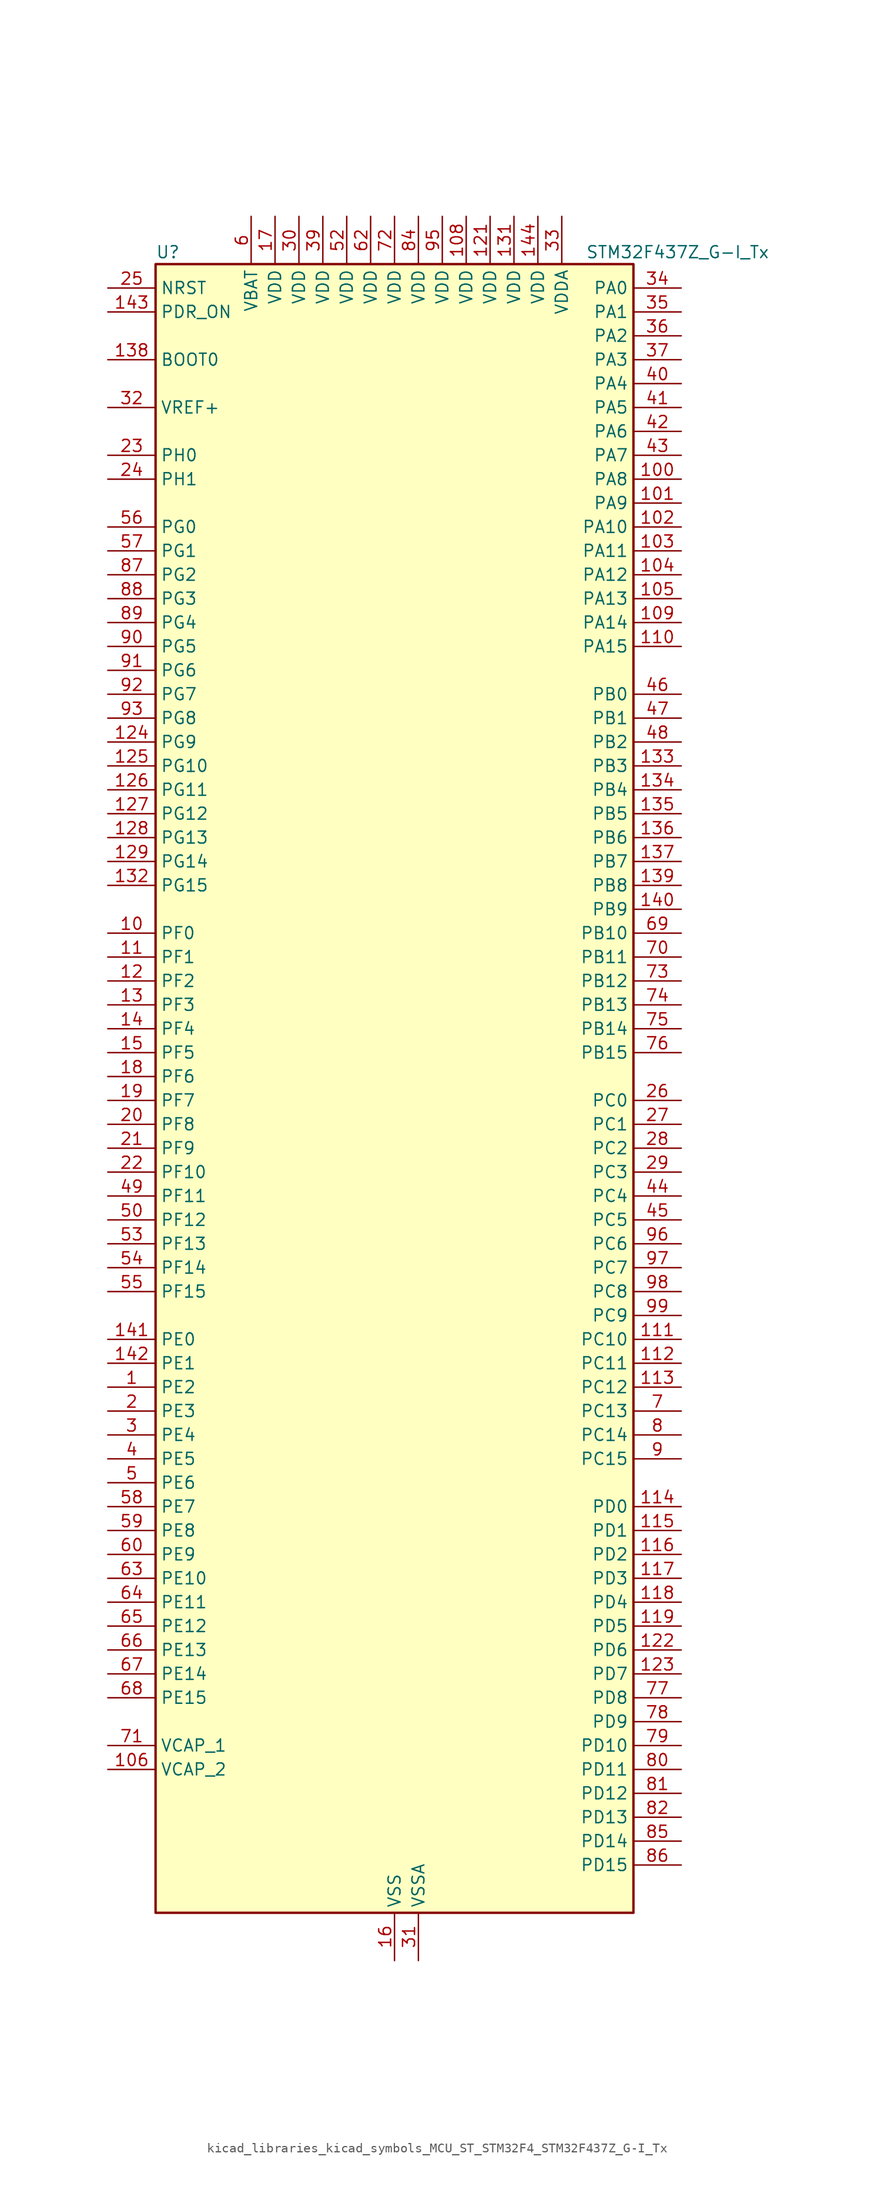
<source format=kicad_sym>
(kicad_symbol_lib
  (version 20220914)
  (generator kicad_symbol_editor)
  (symbol "kicad_libraries_kicad_symbols_MCU_ST_STM32F4_STM32F437Z_G-I_Tx"
    (property "Reference" "U"
      (at -25.4 90.17 0)
      (effects (font (size 1.27 1.27)) (justify left)))
    (property "Value" "STM32F437Z_G-I_Tx"
      (at 20.32 90.17 0)
      (effects (font (size 1.27 1.27)) (justify left)))
    (property "ki_locked" ""
      (at 0 0 0)
      (effects (font (size 1.27 1.27))))
    (symbol "kicad_libraries_kicad_symbols_MCU_ST_STM32F4_STM32F437Z_G-I_Tx_0_1"
      (rectangle (start -25.4 -86.36) (end 25.4 88.9) (stroke (width 0.254) (type default)) (fill (type background))))
    (symbol "kicad_libraries_kicad_symbols_MCU_ST_STM32F4_STM32F437Z_G-I_Tx_1_1"
      (pin bidirectional line (at -30.48 -30.48 0) (length 5.08) (name "PE2" (effects (font (size 1.27 1.27)))) (number "1" (effects (font (size 1.27 1.27)))) (alternate "ETH_TXD3" bidirectional line) (alternate "FMC_A23" bidirectional line) (alternate "SAI1_MCLK_A" bidirectional line) (alternate "SPI4_SCK" bidirectional line) (alternate "SYS_TRACECLK" bidirectional line))
      (pin bidirectional line (at -30.48 17.78 0) (length 5.08) (name "PF0" (effects (font (size 1.27 1.27)))) (number "10" (effects (font (size 1.27 1.27)))) (alternate "FMC_A0" bidirectional line) (alternate "I2C2_SDA" bidirectional line))
      (pin bidirectional line (at 30.48 66.04 180) (length 5.08) (name "PA8" (effects (font (size 1.27 1.27)))) (number "100" (effects (font (size 1.27 1.27)))) (alternate "I2C3_SCL" bidirectional line) (alternate "RCC_MCO_1" bidirectional line) (alternate "TIM1_CH1" bidirectional line) (alternate "USART1_CK" bidirectional line) (alternate "USB_OTG_FS_SOF" bidirectional line))
      (pin bidirectional line (at 30.48 63.5 180) (length 5.08) (name "PA9" (effects (font (size 1.27 1.27)))) (number "101" (effects (font (size 1.27 1.27)))) (alternate "DAC_EXTI9" bidirectional line) (alternate "DCMI_D0" bidirectional line) (alternate "I2C3_SMBA" bidirectional line) (alternate "TIM1_CH2" bidirectional line) (alternate "USART1_TX" bidirectional line) (alternate "USB_OTG_FS_VBUS" bidirectional line))
      (pin bidirectional line (at 30.48 60.96 180) (length 5.08) (name "PA10" (effects (font (size 1.27 1.27)))) (number "102" (effects (font (size 1.27 1.27)))) (alternate "DCMI_D1" bidirectional line) (alternate "TIM1_CH3" bidirectional line) (alternate "USART1_RX" bidirectional line) (alternate "USB_OTG_FS_ID" bidirectional line))
      (pin bidirectional line (at 30.48 58.42 180) (length 5.08) (name "PA11" (effects (font (size 1.27 1.27)))) (number "103" (effects (font (size 1.27 1.27)))) (alternate "ADC1_EXTI11" bidirectional line) (alternate "ADC2_EXTI11" bidirectional line) (alternate "ADC3_EXTI11" bidirectional line) (alternate "CAN1_RX" bidirectional line) (alternate "TIM1_CH4" bidirectional line) (alternate "USART1_CTS" bidirectional line) (alternate "USB_OTG_FS_DM" bidirectional line))
      (pin bidirectional line (at 30.48 55.88 180) (length 5.08) (name "PA12" (effects (font (size 1.27 1.27)))) (number "104" (effects (font (size 1.27 1.27)))) (alternate "CAN1_TX" bidirectional line) (alternate "TIM1_ETR" bidirectional line) (alternate "USART1_RTS" bidirectional line) (alternate "USB_OTG_FS_DP" bidirectional line))
      (pin bidirectional line (at 30.48 53.34 180) (length 5.08) (name "PA13" (effects (font (size 1.27 1.27)))) (number "105" (effects (font (size 1.27 1.27)))) (alternate "SYS_JTMS-SWDIO" bidirectional line))
      (pin power_out line (at -30.48 -71.12 0) (length 5.08) (name "VCAP_2" (effects (font (size 1.27 1.27)))) (number "106" (effects (font (size 1.27 1.27)))))
      (pin passive line (at 0 -91.44 90) (length 5.08) hide (name "VSS" (effects (font (size 1.27 1.27)))) (number "107" (effects (font (size 1.27 1.27)))))
      (pin power_in line (at 7.62 93.98 270) (length 5.08) (name "VDD" (effects (font (size 1.27 1.27)))) (number "108" (effects (font (size 1.27 1.27)))))
      (pin bidirectional line (at 30.48 50.8 180) (length 5.08) (name "PA14" (effects (font (size 1.27 1.27)))) (number "109" (effects (font (size 1.27 1.27)))) (alternate "SYS_JTCK-SWCLK" bidirectional line))
      (pin bidirectional line (at -30.48 15.24 0) (length 5.08) (name "PF1" (effects (font (size 1.27 1.27)))) (number "11" (effects (font (size 1.27 1.27)))) (alternate "FMC_A1" bidirectional line) (alternate "I2C2_SCL" bidirectional line))
      (pin bidirectional line (at 30.48 48.26 180) (length 5.08) (name "PA15" (effects (font (size 1.27 1.27)))) (number "110" (effects (font (size 1.27 1.27)))) (alternate "ADC1_EXTI15" bidirectional line) (alternate "ADC2_EXTI15" bidirectional line) (alternate "ADC3_EXTI15" bidirectional line) (alternate "I2S3_WS" bidirectional line) (alternate "SPI1_NSS" bidirectional line) (alternate "SPI3_NSS" bidirectional line) (alternate "SYS_JTDI" bidirectional line) (alternate "TIM2_CH1" bidirectional line) (alternate "TIM2_ETR" bidirectional line))
      (pin bidirectional line (at 30.48 -25.4 180) (length 5.08) (name "PC10" (effects (font (size 1.27 1.27)))) (number "111" (effects (font (size 1.27 1.27)))) (alternate "DCMI_D8" bidirectional line) (alternate "I2S3_CK" bidirectional line) (alternate "SDIO_D2" bidirectional line) (alternate "SPI3_SCK" bidirectional line) (alternate "UART4_TX" bidirectional line) (alternate "USART3_TX" bidirectional line))
      (pin bidirectional line (at 30.48 -27.94 180) (length 5.08) (name "PC11" (effects (font (size 1.27 1.27)))) (number "112" (effects (font (size 1.27 1.27)))) (alternate "ADC1_EXTI11" bidirectional line) (alternate "ADC2_EXTI11" bidirectional line) (alternate "ADC3_EXTI11" bidirectional line) (alternate "DCMI_D4" bidirectional line) (alternate "I2S3_ext_SD" bidirectional line) (alternate "SDIO_D3" bidirectional line) (alternate "SPI3_MISO" bidirectional line) (alternate "UART4_RX" bidirectional line) (alternate "USART3_RX" bidirectional line))
      (pin bidirectional line (at 30.48 -30.48 180) (length 5.08) (name "PC12" (effects (font (size 1.27 1.27)))) (number "113" (effects (font (size 1.27 1.27)))) (alternate "DCMI_D9" bidirectional line) (alternate "I2S3_SD" bidirectional line) (alternate "SDIO_CK" bidirectional line) (alternate "SPI3_MOSI" bidirectional line) (alternate "UART5_TX" bidirectional line) (alternate "USART3_CK" bidirectional line))
      (pin bidirectional line (at 30.48 -43.18 180) (length 5.08) (name "PD0" (effects (font (size 1.27 1.27)))) (number "114" (effects (font (size 1.27 1.27)))) (alternate "CAN1_RX" bidirectional line) (alternate "FMC_D2" bidirectional line) (alternate "FMC_DA2" bidirectional line))
      (pin bidirectional line (at 30.48 -45.72 180) (length 5.08) (name "PD1" (effects (font (size 1.27 1.27)))) (number "115" (effects (font (size 1.27 1.27)))) (alternate "CAN1_TX" bidirectional line) (alternate "FMC_D3" bidirectional line) (alternate "FMC_DA3" bidirectional line))
      (pin bidirectional line (at 30.48 -48.26 180) (length 5.08) (name "PD2" (effects (font (size 1.27 1.27)))) (number "116" (effects (font (size 1.27 1.27)))) (alternate "DCMI_D11" bidirectional line) (alternate "SDIO_CMD" bidirectional line) (alternate "TIM3_ETR" bidirectional line) (alternate "UART5_RX" bidirectional line))
      (pin bidirectional line (at 30.48 -50.8 180) (length 5.08) (name "PD3" (effects (font (size 1.27 1.27)))) (number "117" (effects (font (size 1.27 1.27)))) (alternate "DCMI_D5" bidirectional line) (alternate "FMC_CLK" bidirectional line) (alternate "I2S2_CK" bidirectional line) (alternate "SPI2_SCK" bidirectional line) (alternate "USART2_CTS" bidirectional line))
      (pin bidirectional line (at 30.48 -53.34 180) (length 5.08) (name "PD4" (effects (font (size 1.27 1.27)))) (number "118" (effects (font (size 1.27 1.27)))) (alternate "FMC_NOE" bidirectional line) (alternate "USART2_RTS" bidirectional line))
      (pin bidirectional line (at 30.48 -55.88 180) (length 5.08) (name "PD5" (effects (font (size 1.27 1.27)))) (number "119" (effects (font (size 1.27 1.27)))) (alternate "FMC_NWE" bidirectional line) (alternate "USART2_TX" bidirectional line))
      (pin bidirectional line (at -30.48 12.7 0) (length 5.08) (name "PF2" (effects (font (size 1.27 1.27)))) (number "12" (effects (font (size 1.27 1.27)))) (alternate "FMC_A2" bidirectional line) (alternate "I2C2_SMBA" bidirectional line))
      (pin passive line (at 0 -91.44 90) (length 5.08) hide (name "VSS" (effects (font (size 1.27 1.27)))) (number "120" (effects (font (size 1.27 1.27)))))
      (pin power_in line (at 10.16 93.98 270) (length 5.08) (name "VDD" (effects (font (size 1.27 1.27)))) (number "121" (effects (font (size 1.27 1.27)))))
      (pin bidirectional line (at 30.48 -58.42 180) (length 5.08) (name "PD6" (effects (font (size 1.27 1.27)))) (number "122" (effects (font (size 1.27 1.27)))) (alternate "DCMI_D10" bidirectional line) (alternate "FMC_NWAIT" bidirectional line) (alternate "I2S3_SD" bidirectional line) (alternate "SAI1_SD_A" bidirectional line) (alternate "SPI3_MOSI" bidirectional line) (alternate "USART2_RX" bidirectional line))
      (pin bidirectional line (at 30.48 -60.96 180) (length 5.08) (name "PD7" (effects (font (size 1.27 1.27)))) (number "123" (effects (font (size 1.27 1.27)))) (alternate "FMC_NCE2" bidirectional line) (alternate "FMC_NE1" bidirectional line) (alternate "USART2_CK" bidirectional line))
      (pin bidirectional line (at -30.48 38.1 0) (length 5.08) (name "PG9" (effects (font (size 1.27 1.27)))) (number "124" (effects (font (size 1.27 1.27)))) (alternate "DAC_EXTI9" bidirectional line) (alternate "DCMI_VSYNC" bidirectional line) (alternate "FMC_NCE3" bidirectional line) (alternate "FMC_NE2" bidirectional line) (alternate "USART6_RX" bidirectional line))
      (pin bidirectional line (at -30.48 35.56 0) (length 5.08) (name "PG10" (effects (font (size 1.27 1.27)))) (number "125" (effects (font (size 1.27 1.27)))) (alternate "DCMI_D2" bidirectional line) (alternate "FMC_NCE4_1" bidirectional line) (alternate "FMC_NE3" bidirectional line))
      (pin bidirectional line (at -30.48 33.02 0) (length 5.08) (name "PG11" (effects (font (size 1.27 1.27)))) (number "126" (effects (font (size 1.27 1.27)))) (alternate "ADC1_EXTI11" bidirectional line) (alternate "ADC2_EXTI11" bidirectional line) (alternate "ADC3_EXTI11" bidirectional line) (alternate "DCMI_D3" bidirectional line) (alternate "ETH_TX_EN" bidirectional line) (alternate "FMC_NCE4_2" bidirectional line))
      (pin bidirectional line (at -30.48 30.48 0) (length 5.08) (name "PG12" (effects (font (size 1.27 1.27)))) (number "127" (effects (font (size 1.27 1.27)))) (alternate "FMC_NE4" bidirectional line) (alternate "SPI6_MISO" bidirectional line) (alternate "USART6_RTS" bidirectional line))
      (pin bidirectional line (at -30.48 27.94 0) (length 5.08) (name "PG13" (effects (font (size 1.27 1.27)))) (number "128" (effects (font (size 1.27 1.27)))) (alternate "ETH_TXD0" bidirectional line) (alternate "FMC_A24" bidirectional line) (alternate "SPI6_SCK" bidirectional line) (alternate "USART6_CTS" bidirectional line))
      (pin bidirectional line (at -30.48 25.4 0) (length 5.08) (name "PG14" (effects (font (size 1.27 1.27)))) (number "129" (effects (font (size 1.27 1.27)))) (alternate "ETH_TXD1" bidirectional line) (alternate "FMC_A25" bidirectional line) (alternate "SPI6_MOSI" bidirectional line) (alternate "USART6_TX" bidirectional line))
      (pin bidirectional line (at -30.48 10.16 0) (length 5.08) (name "PF3" (effects (font (size 1.27 1.27)))) (number "13" (effects (font (size 1.27 1.27)))) (alternate "ADC3_IN9" bidirectional line) (alternate "FMC_A3" bidirectional line))
      (pin passive line (at 0 -91.44 90) (length 5.08) hide (name "VSS" (effects (font (size 1.27 1.27)))) (number "130" (effects (font (size 1.27 1.27)))))
      (pin power_in line (at 12.7 93.98 270) (length 5.08) (name "VDD" (effects (font (size 1.27 1.27)))) (number "131" (effects (font (size 1.27 1.27)))))
      (pin bidirectional line (at -30.48 22.86 0) (length 5.08) (name "PG15" (effects (font (size 1.27 1.27)))) (number "132" (effects (font (size 1.27 1.27)))) (alternate "ADC1_EXTI15" bidirectional line) (alternate "ADC2_EXTI15" bidirectional line) (alternate "ADC3_EXTI15" bidirectional line) (alternate "DCMI_D13" bidirectional line) (alternate "FMC_SDNCAS" bidirectional line) (alternate "USART6_CTS" bidirectional line))
      (pin bidirectional line (at 30.48 35.56 180) (length 5.08) (name "PB3" (effects (font (size 1.27 1.27)))) (number "133" (effects (font (size 1.27 1.27)))) (alternate "I2S3_CK" bidirectional line) (alternate "SPI1_SCK" bidirectional line) (alternate "SPI3_SCK" bidirectional line) (alternate "SYS_JTDO-SWO" bidirectional line) (alternate "TIM2_CH2" bidirectional line))
      (pin bidirectional line (at 30.48 33.02 180) (length 5.08) (name "PB4" (effects (font (size 1.27 1.27)))) (number "134" (effects (font (size 1.27 1.27)))) (alternate "I2S3_ext_SD" bidirectional line) (alternate "SPI1_MISO" bidirectional line) (alternate "SPI3_MISO" bidirectional line) (alternate "SYS_JTRST" bidirectional line) (alternate "TIM3_CH1" bidirectional line))
      (pin bidirectional line (at 30.48 30.48 180) (length 5.08) (name "PB5" (effects (font (size 1.27 1.27)))) (number "135" (effects (font (size 1.27 1.27)))) (alternate "CAN2_RX" bidirectional line) (alternate "DCMI_D10" bidirectional line) (alternate "ETH_PPS_OUT" bidirectional line) (alternate "FMC_SDCKE1" bidirectional line) (alternate "I2C1_SMBA" bidirectional line) (alternate "I2S3_SD" bidirectional line) (alternate "SPI1_MOSI" bidirectional line) (alternate "SPI3_MOSI" bidirectional line) (alternate "TIM3_CH2" bidirectional line) (alternate "USB_OTG_HS_ULPI_D7" bidirectional line))
      (pin bidirectional line (at 30.48 27.94 180) (length 5.08) (name "PB6" (effects (font (size 1.27 1.27)))) (number "136" (effects (font (size 1.27 1.27)))) (alternate "CAN2_TX" bidirectional line) (alternate "DCMI_D5" bidirectional line) (alternate "FMC_SDNE1" bidirectional line) (alternate "I2C1_SCL" bidirectional line) (alternate "TIM4_CH1" bidirectional line) (alternate "USART1_TX" bidirectional line))
      (pin bidirectional line (at 30.48 25.4 180) (length 5.08) (name "PB7" (effects (font (size 1.27 1.27)))) (number "137" (effects (font (size 1.27 1.27)))) (alternate "DCMI_VSYNC" bidirectional line) (alternate "FMC_NL" bidirectional line) (alternate "I2C1_SDA" bidirectional line) (alternate "TIM4_CH2" bidirectional line) (alternate "USART1_RX" bidirectional line))
      (pin input line (at -30.48 78.74 0) (length 5.08) (name "BOOT0" (effects (font (size 1.27 1.27)))) (number "138" (effects (font (size 1.27 1.27)))))
      (pin bidirectional line (at 30.48 22.86 180) (length 5.08) (name "PB8" (effects (font (size 1.27 1.27)))) (number "139" (effects (font (size 1.27 1.27)))) (alternate "CAN1_RX" bidirectional line) (alternate "DCMI_D6" bidirectional line) (alternate "ETH_TXD3" bidirectional line) (alternate "I2C1_SCL" bidirectional line) (alternate "SDIO_D4" bidirectional line) (alternate "TIM10_CH1" bidirectional line) (alternate "TIM4_CH3" bidirectional line))
      (pin bidirectional line (at -30.48 7.62 0) (length 5.08) (name "PF4" (effects (font (size 1.27 1.27)))) (number "14" (effects (font (size 1.27 1.27)))) (alternate "ADC3_IN14" bidirectional line) (alternate "FMC_A4" bidirectional line))
      (pin bidirectional line (at 30.48 20.32 180) (length 5.08) (name "PB9" (effects (font (size 1.27 1.27)))) (number "140" (effects (font (size 1.27 1.27)))) (alternate "CAN1_TX" bidirectional line) (alternate "DAC_EXTI9" bidirectional line) (alternate "DCMI_D7" bidirectional line) (alternate "I2C1_SDA" bidirectional line) (alternate "I2S2_WS" bidirectional line) (alternate "SDIO_D5" bidirectional line) (alternate "SPI2_NSS" bidirectional line) (alternate "TIM11_CH1" bidirectional line) (alternate "TIM4_CH4" bidirectional line))
      (pin bidirectional line (at -30.48 -25.4 0) (length 5.08) (name "PE0" (effects (font (size 1.27 1.27)))) (number "141" (effects (font (size 1.27 1.27)))) (alternate "DCMI_D2" bidirectional line) (alternate "FMC_NBL0" bidirectional line) (alternate "TIM4_ETR" bidirectional line) (alternate "UART8_RX" bidirectional line))
      (pin bidirectional line (at -30.48 -27.94 0) (length 5.08) (name "PE1" (effects (font (size 1.27 1.27)))) (number "142" (effects (font (size 1.27 1.27)))) (alternate "DCMI_D3" bidirectional line) (alternate "FMC_NBL1" bidirectional line) (alternate "UART8_TX" bidirectional line))
      (pin input line (at -30.48 83.82 0) (length 5.08) (name "PDR_ON" (effects (font (size 1.27 1.27)))) (number "143" (effects (font (size 1.27 1.27)))))
      (pin power_in line (at 15.24 93.98 270) (length 5.08) (name "VDD" (effects (font (size 1.27 1.27)))) (number "144" (effects (font (size 1.27 1.27)))))
      (pin bidirectional line (at -30.48 5.08 0) (length 5.08) (name "PF5" (effects (font (size 1.27 1.27)))) (number "15" (effects (font (size 1.27 1.27)))) (alternate "ADC3_IN15" bidirectional line) (alternate "FMC_A5" bidirectional line))
      (pin power_in line (at 0 -91.44 90) (length 5.08) (name "VSS" (effects (font (size 1.27 1.27)))) (number "16" (effects (font (size 1.27 1.27)))))
      (pin power_in line (at -12.7 93.98 270) (length 5.08) (name "VDD" (effects (font (size 1.27 1.27)))) (number "17" (effects (font (size 1.27 1.27)))))
      (pin bidirectional line (at -30.48 2.54 0) (length 5.08) (name "PF6" (effects (font (size 1.27 1.27)))) (number "18" (effects (font (size 1.27 1.27)))) (alternate "ADC3_IN4" bidirectional line) (alternate "FMC_NIORD" bidirectional line) (alternate "SAI1_SD_B" bidirectional line) (alternate "SPI5_NSS" bidirectional line) (alternate "TIM10_CH1" bidirectional line) (alternate "UART7_RX" bidirectional line))
      (pin bidirectional line (at -30.48 0 0) (length 5.08) (name "PF7" (effects (font (size 1.27 1.27)))) (number "19" (effects (font (size 1.27 1.27)))) (alternate "ADC3_IN5" bidirectional line) (alternate "FMC_NREG" bidirectional line) (alternate "SAI1_MCLK_B" bidirectional line) (alternate "SPI5_SCK" bidirectional line) (alternate "TIM11_CH1" bidirectional line) (alternate "UART7_TX" bidirectional line))
      (pin bidirectional line (at -30.48 -33.02 0) (length 5.08) (name "PE3" (effects (font (size 1.27 1.27)))) (number "2" (effects (font (size 1.27 1.27)))) (alternate "FMC_A19" bidirectional line) (alternate "SAI1_SD_B" bidirectional line) (alternate "SYS_TRACED0" bidirectional line))
      (pin bidirectional line (at -30.48 -2.54 0) (length 5.08) (name "PF8" (effects (font (size 1.27 1.27)))) (number "20" (effects (font (size 1.27 1.27)))) (alternate "ADC3_IN6" bidirectional line) (alternate "FMC_NIOWR" bidirectional line) (alternate "SAI1_SCK_B" bidirectional line) (alternate "SPI5_MISO" bidirectional line) (alternate "TIM13_CH1" bidirectional line))
      (pin bidirectional line (at -30.48 -5.08 0) (length 5.08) (name "PF9" (effects (font (size 1.27 1.27)))) (number "21" (effects (font (size 1.27 1.27)))) (alternate "ADC3_IN7" bidirectional line) (alternate "DAC_EXTI9" bidirectional line) (alternate "FMC_CD" bidirectional line) (alternate "SAI1_FS_B" bidirectional line) (alternate "SPI5_MOSI" bidirectional line) (alternate "TIM14_CH1" bidirectional line))
      (pin bidirectional line (at -30.48 -7.62 0) (length 5.08) (name "PF10" (effects (font (size 1.27 1.27)))) (number "22" (effects (font (size 1.27 1.27)))) (alternate "ADC3_IN8" bidirectional line) (alternate "DCMI_D11" bidirectional line) (alternate "FMC_INTR" bidirectional line))
      (pin bidirectional line (at -30.48 68.58 0) (length 5.08) (name "PH0" (effects (font (size 1.27 1.27)))) (number "23" (effects (font (size 1.27 1.27)))) (alternate "RCC_OSC_IN" bidirectional line))
      (pin bidirectional line (at -30.48 66.04 0) (length 5.08) (name "PH1" (effects (font (size 1.27 1.27)))) (number "24" (effects (font (size 1.27 1.27)))) (alternate "RCC_OSC_OUT" bidirectional line))
      (pin input line (at -30.48 86.36 0) (length 5.08) (name "NRST" (effects (font (size 1.27 1.27)))) (number "25" (effects (font (size 1.27 1.27)))))
      (pin bidirectional line (at 30.48 0 180) (length 5.08) (name "PC0" (effects (font (size 1.27 1.27)))) (number "26" (effects (font (size 1.27 1.27)))) (alternate "ADC1_IN10" bidirectional line) (alternate "ADC2_IN10" bidirectional line) (alternate "ADC3_IN10" bidirectional line) (alternate "FMC_SDNWE" bidirectional line) (alternate "USB_OTG_HS_ULPI_STP" bidirectional line))
      (pin bidirectional line (at 30.48 -2.54 180) (length 5.08) (name "PC1" (effects (font (size 1.27 1.27)))) (number "27" (effects (font (size 1.27 1.27)))) (alternate "ADC1_IN11" bidirectional line) (alternate "ADC2_IN11" bidirectional line) (alternate "ADC3_IN11" bidirectional line) (alternate "ETH_MDC" bidirectional line))
      (pin bidirectional line (at 30.48 -5.08 180) (length 5.08) (name "PC2" (effects (font (size 1.27 1.27)))) (number "28" (effects (font (size 1.27 1.27)))) (alternate "ADC1_IN12" bidirectional line) (alternate "ADC2_IN12" bidirectional line) (alternate "ADC3_IN12" bidirectional line) (alternate "ETH_TXD2" bidirectional line) (alternate "FMC_SDNE0" bidirectional line) (alternate "I2S2_ext_SD" bidirectional line) (alternate "SPI2_MISO" bidirectional line) (alternate "USB_OTG_HS_ULPI_DIR" bidirectional line))
      (pin bidirectional line (at 30.48 -7.62 180) (length 5.08) (name "PC3" (effects (font (size 1.27 1.27)))) (number "29" (effects (font (size 1.27 1.27)))) (alternate "ADC1_IN13" bidirectional line) (alternate "ADC2_IN13" bidirectional line) (alternate "ADC3_IN13" bidirectional line) (alternate "ETH_TX_CLK" bidirectional line) (alternate "FMC_SDCKE0" bidirectional line) (alternate "I2S2_SD" bidirectional line) (alternate "SPI2_MOSI" bidirectional line) (alternate "USB_OTG_HS_ULPI_NXT" bidirectional line))
      (pin bidirectional line (at -30.48 -35.56 0) (length 5.08) (name "PE4" (effects (font (size 1.27 1.27)))) (number "3" (effects (font (size 1.27 1.27)))) (alternate "DCMI_D4" bidirectional line) (alternate "FMC_A20" bidirectional line) (alternate "SAI1_FS_A" bidirectional line) (alternate "SPI4_NSS" bidirectional line) (alternate "SYS_TRACED1" bidirectional line))
      (pin power_in line (at -10.16 93.98 270) (length 5.08) (name "VDD" (effects (font (size 1.27 1.27)))) (number "30" (effects (font (size 1.27 1.27)))))
      (pin power_in line (at 2.54 -91.44 90) (length 5.08) (name "VSSA" (effects (font (size 1.27 1.27)))) (number "31" (effects (font (size 1.27 1.27)))))
      (pin input line (at -30.48 73.66 0) (length 5.08) (name "VREF+" (effects (font (size 1.27 1.27)))) (number "32" (effects (font (size 1.27 1.27)))))
      (pin power_in line (at 17.78 93.98 270) (length 5.08) (name "VDDA" (effects (font (size 1.27 1.27)))) (number "33" (effects (font (size 1.27 1.27)))))
      (pin bidirectional line (at 30.48 86.36 180) (length 5.08) (name "PA0" (effects (font (size 1.27 1.27)))) (number "34" (effects (font (size 1.27 1.27)))) (alternate "ADC1_IN0" bidirectional line) (alternate "ADC2_IN0" bidirectional line) (alternate "ADC3_IN0" bidirectional line) (alternate "ETH_CRS" bidirectional line) (alternate "SYS_WKUP" bidirectional line) (alternate "TIM2_CH1" bidirectional line) (alternate "TIM2_ETR" bidirectional line) (alternate "TIM5_CH1" bidirectional line) (alternate "TIM8_ETR" bidirectional line) (alternate "UART4_TX" bidirectional line) (alternate "USART2_CTS" bidirectional line))
      (pin bidirectional line (at 30.48 83.82 180) (length 5.08) (name "PA1" (effects (font (size 1.27 1.27)))) (number "35" (effects (font (size 1.27 1.27)))) (alternate "ADC1_IN1" bidirectional line) (alternate "ADC2_IN1" bidirectional line) (alternate "ADC3_IN1" bidirectional line) (alternate "ETH_REF_CLK" bidirectional line) (alternate "ETH_RX_CLK" bidirectional line) (alternate "TIM2_CH2" bidirectional line) (alternate "TIM5_CH2" bidirectional line) (alternate "UART4_RX" bidirectional line) (alternate "USART2_RTS" bidirectional line))
      (pin bidirectional line (at 30.48 81.28 180) (length 5.08) (name "PA2" (effects (font (size 1.27 1.27)))) (number "36" (effects (font (size 1.27 1.27)))) (alternate "ADC1_IN2" bidirectional line) (alternate "ADC2_IN2" bidirectional line) (alternate "ADC3_IN2" bidirectional line) (alternate "ETH_MDIO" bidirectional line) (alternate "TIM2_CH3" bidirectional line) (alternate "TIM5_CH3" bidirectional line) (alternate "TIM9_CH1" bidirectional line) (alternate "USART2_TX" bidirectional line))
      (pin bidirectional line (at 30.48 78.74 180) (length 5.08) (name "PA3" (effects (font (size 1.27 1.27)))) (number "37" (effects (font (size 1.27 1.27)))) (alternate "ADC1_IN3" bidirectional line) (alternate "ADC2_IN3" bidirectional line) (alternate "ADC3_IN3" bidirectional line) (alternate "ETH_COL" bidirectional line) (alternate "TIM2_CH4" bidirectional line) (alternate "TIM5_CH4" bidirectional line) (alternate "TIM9_CH2" bidirectional line) (alternate "USART2_RX" bidirectional line) (alternate "USB_OTG_HS_ULPI_D0" bidirectional line))
      (pin passive line (at 0 -91.44 90) (length 5.08) hide (name "VSS" (effects (font (size 1.27 1.27)))) (number "38" (effects (font (size 1.27 1.27)))))
      (pin power_in line (at -7.62 93.98 270) (length 5.08) (name "VDD" (effects (font (size 1.27 1.27)))) (number "39" (effects (font (size 1.27 1.27)))))
      (pin bidirectional line (at -30.48 -38.1 0) (length 5.08) (name "PE5" (effects (font (size 1.27 1.27)))) (number "4" (effects (font (size 1.27 1.27)))) (alternate "DCMI_D6" bidirectional line) (alternate "FMC_A21" bidirectional line) (alternate "SAI1_SCK_A" bidirectional line) (alternate "SPI4_MISO" bidirectional line) (alternate "SYS_TRACED2" bidirectional line) (alternate "TIM9_CH1" bidirectional line))
      (pin bidirectional line (at 30.48 76.2 180) (length 5.08) (name "PA4" (effects (font (size 1.27 1.27)))) (number "40" (effects (font (size 1.27 1.27)))) (alternate "ADC1_IN4" bidirectional line) (alternate "ADC2_IN4" bidirectional line) (alternate "DAC_OUT1" bidirectional line) (alternate "DCMI_HSYNC" bidirectional line) (alternate "I2S3_WS" bidirectional line) (alternate "SPI1_NSS" bidirectional line) (alternate "SPI3_NSS" bidirectional line) (alternate "USART2_CK" bidirectional line) (alternate "USB_OTG_HS_SOF" bidirectional line))
      (pin bidirectional line (at 30.48 73.66 180) (length 5.08) (name "PA5" (effects (font (size 1.27 1.27)))) (number "41" (effects (font (size 1.27 1.27)))) (alternate "ADC1_IN5" bidirectional line) (alternate "ADC2_IN5" bidirectional line) (alternate "DAC_OUT2" bidirectional line) (alternate "SPI1_SCK" bidirectional line) (alternate "TIM2_CH1" bidirectional line) (alternate "TIM2_ETR" bidirectional line) (alternate "TIM8_CH1N" bidirectional line) (alternate "USB_OTG_HS_ULPI_CK" bidirectional line))
      (pin bidirectional line (at 30.48 71.12 180) (length 5.08) (name "PA6" (effects (font (size 1.27 1.27)))) (number "42" (effects (font (size 1.27 1.27)))) (alternate "ADC1_IN6" bidirectional line) (alternate "ADC2_IN6" bidirectional line) (alternate "DCMI_PIXCLK" bidirectional line) (alternate "SPI1_MISO" bidirectional line) (alternate "TIM13_CH1" bidirectional line) (alternate "TIM1_BKIN" bidirectional line) (alternate "TIM3_CH1" bidirectional line) (alternate "TIM8_BKIN" bidirectional line))
      (pin bidirectional line (at 30.48 68.58 180) (length 5.08) (name "PA7" (effects (font (size 1.27 1.27)))) (number "43" (effects (font (size 1.27 1.27)))) (alternate "ADC1_IN7" bidirectional line) (alternate "ADC2_IN7" bidirectional line) (alternate "ETH_CRS_DV" bidirectional line) (alternate "ETH_RX_DV" bidirectional line) (alternate "SPI1_MOSI" bidirectional line) (alternate "TIM14_CH1" bidirectional line) (alternate "TIM1_CH1N" bidirectional line) (alternate "TIM3_CH2" bidirectional line) (alternate "TIM8_CH1N" bidirectional line))
      (pin bidirectional line (at 30.48 -10.16 180) (length 5.08) (name "PC4" (effects (font (size 1.27 1.27)))) (number "44" (effects (font (size 1.27 1.27)))) (alternate "ADC1_IN14" bidirectional line) (alternate "ADC2_IN14" bidirectional line) (alternate "ETH_RXD0" bidirectional line))
      (pin bidirectional line (at 30.48 -12.7 180) (length 5.08) (name "PC5" (effects (font (size 1.27 1.27)))) (number "45" (effects (font (size 1.27 1.27)))) (alternate "ADC1_IN15" bidirectional line) (alternate "ADC2_IN15" bidirectional line) (alternate "ETH_RXD1" bidirectional line))
      (pin bidirectional line (at 30.48 43.18 180) (length 5.08) (name "PB0" (effects (font (size 1.27 1.27)))) (number "46" (effects (font (size 1.27 1.27)))) (alternate "ADC1_IN8" bidirectional line) (alternate "ADC2_IN8" bidirectional line) (alternate "ETH_RXD2" bidirectional line) (alternate "TIM1_CH2N" bidirectional line) (alternate "TIM3_CH3" bidirectional line) (alternate "TIM8_CH2N" bidirectional line) (alternate "USB_OTG_HS_ULPI_D1" bidirectional line))
      (pin bidirectional line (at 30.48 40.64 180) (length 5.08) (name "PB1" (effects (font (size 1.27 1.27)))) (number "47" (effects (font (size 1.27 1.27)))) (alternate "ADC1_IN9" bidirectional line) (alternate "ADC2_IN9" bidirectional line) (alternate "ETH_RXD3" bidirectional line) (alternate "TIM1_CH3N" bidirectional line) (alternate "TIM3_CH4" bidirectional line) (alternate "TIM8_CH3N" bidirectional line) (alternate "USB_OTG_HS_ULPI_D2" bidirectional line))
      (pin bidirectional line (at 30.48 38.1 180) (length 5.08) (name "PB2" (effects (font (size 1.27 1.27)))) (number "48" (effects (font (size 1.27 1.27)))))
      (pin bidirectional line (at -30.48 -10.16 0) (length 5.08) (name "PF11" (effects (font (size 1.27 1.27)))) (number "49" (effects (font (size 1.27 1.27)))) (alternate "ADC1_EXTI11" bidirectional line) (alternate "ADC2_EXTI11" bidirectional line) (alternate "ADC3_EXTI11" bidirectional line) (alternate "DCMI_D12" bidirectional line) (alternate "FMC_SDNRAS" bidirectional line) (alternate "SPI5_MOSI" bidirectional line))
      (pin bidirectional line (at -30.48 -40.64 0) (length 5.08) (name "PE6" (effects (font (size 1.27 1.27)))) (number "5" (effects (font (size 1.27 1.27)))) (alternate "DCMI_D7" bidirectional line) (alternate "FMC_A22" bidirectional line) (alternate "SAI1_SD_A" bidirectional line) (alternate "SPI4_MOSI" bidirectional line) (alternate "SYS_TRACED3" bidirectional line) (alternate "TIM9_CH2" bidirectional line))
      (pin bidirectional line (at -30.48 -12.7 0) (length 5.08) (name "PF12" (effects (font (size 1.27 1.27)))) (number "50" (effects (font (size 1.27 1.27)))) (alternate "FMC_A6" bidirectional line))
      (pin passive line (at 0 -91.44 90) (length 5.08) hide (name "VSS" (effects (font (size 1.27 1.27)))) (number "51" (effects (font (size 1.27 1.27)))))
      (pin power_in line (at -5.08 93.98 270) (length 5.08) (name "VDD" (effects (font (size 1.27 1.27)))) (number "52" (effects (font (size 1.27 1.27)))))
      (pin bidirectional line (at -30.48 -15.24 0) (length 5.08) (name "PF13" (effects (font (size 1.27 1.27)))) (number "53" (effects (font (size 1.27 1.27)))) (alternate "FMC_A7" bidirectional line))
      (pin bidirectional line (at -30.48 -17.78 0) (length 5.08) (name "PF14" (effects (font (size 1.27 1.27)))) (number "54" (effects (font (size 1.27 1.27)))) (alternate "FMC_A8" bidirectional line))
      (pin bidirectional line (at -30.48 -20.32 0) (length 5.08) (name "PF15" (effects (font (size 1.27 1.27)))) (number "55" (effects (font (size 1.27 1.27)))) (alternate "ADC1_EXTI15" bidirectional line) (alternate "ADC2_EXTI15" bidirectional line) (alternate "ADC3_EXTI15" bidirectional line) (alternate "FMC_A9" bidirectional line))
      (pin bidirectional line (at -30.48 60.96 0) (length 5.08) (name "PG0" (effects (font (size 1.27 1.27)))) (number "56" (effects (font (size 1.27 1.27)))) (alternate "FMC_A10" bidirectional line))
      (pin bidirectional line (at -30.48 58.42 0) (length 5.08) (name "PG1" (effects (font (size 1.27 1.27)))) (number "57" (effects (font (size 1.27 1.27)))) (alternate "FMC_A11" bidirectional line))
      (pin bidirectional line (at -30.48 -43.18 0) (length 5.08) (name "PE7" (effects (font (size 1.27 1.27)))) (number "58" (effects (font (size 1.27 1.27)))) (alternate "FMC_D4" bidirectional line) (alternate "FMC_DA4" bidirectional line) (alternate "TIM1_ETR" bidirectional line) (alternate "UART7_RX" bidirectional line))
      (pin bidirectional line (at -30.48 -45.72 0) (length 5.08) (name "PE8" (effects (font (size 1.27 1.27)))) (number "59" (effects (font (size 1.27 1.27)))) (alternate "FMC_D5" bidirectional line) (alternate "FMC_DA5" bidirectional line) (alternate "TIM1_CH1N" bidirectional line) (alternate "UART7_TX" bidirectional line))
      (pin power_in line (at -15.24 93.98 270) (length 5.08) (name "VBAT" (effects (font (size 1.27 1.27)))) (number "6" (effects (font (size 1.27 1.27)))))
      (pin bidirectional line (at -30.48 -48.26 0) (length 5.08) (name "PE9" (effects (font (size 1.27 1.27)))) (number "60" (effects (font (size 1.27 1.27)))) (alternate "DAC_EXTI9" bidirectional line) (alternate "FMC_D6" bidirectional line) (alternate "FMC_DA6" bidirectional line) (alternate "TIM1_CH1" bidirectional line))
      (pin passive line (at 0 -91.44 90) (length 5.08) hide (name "VSS" (effects (font (size 1.27 1.27)))) (number "61" (effects (font (size 1.27 1.27)))))
      (pin power_in line (at -2.54 93.98 270) (length 5.08) (name "VDD" (effects (font (size 1.27 1.27)))) (number "62" (effects (font (size 1.27 1.27)))))
      (pin bidirectional line (at -30.48 -50.8 0) (length 5.08) (name "PE10" (effects (font (size 1.27 1.27)))) (number "63" (effects (font (size 1.27 1.27)))) (alternate "FMC_D7" bidirectional line) (alternate "FMC_DA7" bidirectional line) (alternate "TIM1_CH2N" bidirectional line))
      (pin bidirectional line (at -30.48 -53.34 0) (length 5.08) (name "PE11" (effects (font (size 1.27 1.27)))) (number "64" (effects (font (size 1.27 1.27)))) (alternate "ADC1_EXTI11" bidirectional line) (alternate "ADC2_EXTI11" bidirectional line) (alternate "ADC3_EXTI11" bidirectional line) (alternate "FMC_D8" bidirectional line) (alternate "FMC_DA8" bidirectional line) (alternate "SPI4_NSS" bidirectional line) (alternate "TIM1_CH2" bidirectional line))
      (pin bidirectional line (at -30.48 -55.88 0) (length 5.08) (name "PE12" (effects (font (size 1.27 1.27)))) (number "65" (effects (font (size 1.27 1.27)))) (alternate "FMC_D9" bidirectional line) (alternate "FMC_DA9" bidirectional line) (alternate "SPI4_SCK" bidirectional line) (alternate "TIM1_CH3N" bidirectional line))
      (pin bidirectional line (at -30.48 -58.42 0) (length 5.08) (name "PE13" (effects (font (size 1.27 1.27)))) (number "66" (effects (font (size 1.27 1.27)))) (alternate "FMC_D10" bidirectional line) (alternate "FMC_DA10" bidirectional line) (alternate "SPI4_MISO" bidirectional line) (alternate "TIM1_CH3" bidirectional line))
      (pin bidirectional line (at -30.48 -60.96 0) (length 5.08) (name "PE14" (effects (font (size 1.27 1.27)))) (number "67" (effects (font (size 1.27 1.27)))) (alternate "FMC_D11" bidirectional line) (alternate "FMC_DA11" bidirectional line) (alternate "SPI4_MOSI" bidirectional line) (alternate "TIM1_CH4" bidirectional line))
      (pin bidirectional line (at -30.48 -63.5 0) (length 5.08) (name "PE15" (effects (font (size 1.27 1.27)))) (number "68" (effects (font (size 1.27 1.27)))) (alternate "ADC1_EXTI15" bidirectional line) (alternate "ADC2_EXTI15" bidirectional line) (alternate "ADC3_EXTI15" bidirectional line) (alternate "FMC_D12" bidirectional line) (alternate "FMC_DA12" bidirectional line) (alternate "TIM1_BKIN" bidirectional line))
      (pin bidirectional line (at 30.48 17.78 180) (length 5.08) (name "PB10" (effects (font (size 1.27 1.27)))) (number "69" (effects (font (size 1.27 1.27)))) (alternate "ETH_RX_ER" bidirectional line) (alternate "I2C2_SCL" bidirectional line) (alternate "I2S2_CK" bidirectional line) (alternate "SPI2_SCK" bidirectional line) (alternate "TIM2_CH3" bidirectional line) (alternate "USART3_TX" bidirectional line) (alternate "USB_OTG_HS_ULPI_D3" bidirectional line))
      (pin bidirectional line (at 30.48 -33.02 180) (length 5.08) (name "PC13" (effects (font (size 1.27 1.27)))) (number "7" (effects (font (size 1.27 1.27)))) (alternate "RTC_AF1" bidirectional line))
      (pin bidirectional line (at 30.48 15.24 180) (length 5.08) (name "PB11" (effects (font (size 1.27 1.27)))) (number "70" (effects (font (size 1.27 1.27)))) (alternate "ADC1_EXTI11" bidirectional line) (alternate "ADC2_EXTI11" bidirectional line) (alternate "ADC3_EXTI11" bidirectional line) (alternate "ETH_TX_EN" bidirectional line) (alternate "I2C2_SDA" bidirectional line) (alternate "TIM2_CH4" bidirectional line) (alternate "USART3_RX" bidirectional line) (alternate "USB_OTG_HS_ULPI_D4" bidirectional line))
      (pin power_out line (at -30.48 -68.58 0) (length 5.08) (name "VCAP_1" (effects (font (size 1.27 1.27)))) (number "71" (effects (font (size 1.27 1.27)))))
      (pin power_in line (at 0 93.98 270) (length 5.08) (name "VDD" (effects (font (size 1.27 1.27)))) (number "72" (effects (font (size 1.27 1.27)))))
      (pin bidirectional line (at 30.48 12.7 180) (length 5.08) (name "PB12" (effects (font (size 1.27 1.27)))) (number "73" (effects (font (size 1.27 1.27)))) (alternate "CAN2_RX" bidirectional line) (alternate "ETH_TXD0" bidirectional line) (alternate "I2C2_SMBA" bidirectional line) (alternate "I2S2_WS" bidirectional line) (alternate "SPI2_NSS" bidirectional line) (alternate "TIM1_BKIN" bidirectional line) (alternate "USART3_CK" bidirectional line) (alternate "USB_OTG_HS_ID" bidirectional line) (alternate "USB_OTG_HS_ULPI_D5" bidirectional line))
      (pin bidirectional line (at 30.48 10.16 180) (length 5.08) (name "PB13" (effects (font (size 1.27 1.27)))) (number "74" (effects (font (size 1.27 1.27)))) (alternate "CAN2_TX" bidirectional line) (alternate "ETH_TXD1" bidirectional line) (alternate "I2S2_CK" bidirectional line) (alternate "SPI2_SCK" bidirectional line) (alternate "TIM1_CH1N" bidirectional line) (alternate "USART3_CTS" bidirectional line) (alternate "USB_OTG_HS_ULPI_D6" bidirectional line) (alternate "USB_OTG_HS_VBUS" bidirectional line))
      (pin bidirectional line (at 30.48 7.62 180) (length 5.08) (name "PB14" (effects (font (size 1.27 1.27)))) (number "75" (effects (font (size 1.27 1.27)))) (alternate "I2S2_ext_SD" bidirectional line) (alternate "SPI2_MISO" bidirectional line) (alternate "TIM12_CH1" bidirectional line) (alternate "TIM1_CH2N" bidirectional line) (alternate "TIM8_CH2N" bidirectional line) (alternate "USART3_RTS" bidirectional line) (alternate "USB_OTG_HS_DM" bidirectional line))
      (pin bidirectional line (at 30.48 5.08 180) (length 5.08) (name "PB15" (effects (font (size 1.27 1.27)))) (number "76" (effects (font (size 1.27 1.27)))) (alternate "ADC1_EXTI15" bidirectional line) (alternate "ADC2_EXTI15" bidirectional line) (alternate "ADC3_EXTI15" bidirectional line) (alternate "I2S2_SD" bidirectional line) (alternate "RTC_REFIN" bidirectional line) (alternate "SPI2_MOSI" bidirectional line) (alternate "TIM12_CH2" bidirectional line) (alternate "TIM1_CH3N" bidirectional line) (alternate "TIM8_CH3N" bidirectional line) (alternate "USB_OTG_HS_DP" bidirectional line))
      (pin bidirectional line (at 30.48 -63.5 180) (length 5.08) (name "PD8" (effects (font (size 1.27 1.27)))) (number "77" (effects (font (size 1.27 1.27)))) (alternate "FMC_D13" bidirectional line) (alternate "FMC_DA13" bidirectional line) (alternate "USART3_TX" bidirectional line))
      (pin bidirectional line (at 30.48 -66.04 180) (length 5.08) (name "PD9" (effects (font (size 1.27 1.27)))) (number "78" (effects (font (size 1.27 1.27)))) (alternate "DAC_EXTI9" bidirectional line) (alternate "FMC_D14" bidirectional line) (alternate "FMC_DA14" bidirectional line) (alternate "USART3_RX" bidirectional line))
      (pin bidirectional line (at 30.48 -68.58 180) (length 5.08) (name "PD10" (effects (font (size 1.27 1.27)))) (number "79" (effects (font (size 1.27 1.27)))) (alternate "FMC_D15" bidirectional line) (alternate "FMC_DA15" bidirectional line) (alternate "USART3_CK" bidirectional line))
      (pin bidirectional line (at 30.48 -35.56 180) (length 5.08) (name "PC14" (effects (font (size 1.27 1.27)))) (number "8" (effects (font (size 1.27 1.27)))) (alternate "RCC_OSC32_IN" bidirectional line))
      (pin bidirectional line (at 30.48 -71.12 180) (length 5.08) (name "PD11" (effects (font (size 1.27 1.27)))) (number "80" (effects (font (size 1.27 1.27)))) (alternate "ADC1_EXTI11" bidirectional line) (alternate "ADC2_EXTI11" bidirectional line) (alternate "ADC3_EXTI11" bidirectional line) (alternate "FMC_A16" bidirectional line) (alternate "FMC_CLE" bidirectional line) (alternate "USART3_CTS" bidirectional line))
      (pin bidirectional line (at 30.48 -73.66 180) (length 5.08) (name "PD12" (effects (font (size 1.27 1.27)))) (number "81" (effects (font (size 1.27 1.27)))) (alternate "FMC_A17" bidirectional line) (alternate "FMC_ALE" bidirectional line) (alternate "TIM4_CH1" bidirectional line) (alternate "USART3_RTS" bidirectional line))
      (pin bidirectional line (at 30.48 -76.2 180) (length 5.08) (name "PD13" (effects (font (size 1.27 1.27)))) (number "82" (effects (font (size 1.27 1.27)))) (alternate "FMC_A18" bidirectional line) (alternate "TIM4_CH2" bidirectional line))
      (pin passive line (at 0 -91.44 90) (length 5.08) hide (name "VSS" (effects (font (size 1.27 1.27)))) (number "83" (effects (font (size 1.27 1.27)))))
      (pin power_in line (at 2.54 93.98 270) (length 5.08) (name "VDD" (effects (font (size 1.27 1.27)))) (number "84" (effects (font (size 1.27 1.27)))))
      (pin bidirectional line (at 30.48 -78.74 180) (length 5.08) (name "PD14" (effects (font (size 1.27 1.27)))) (number "85" (effects (font (size 1.27 1.27)))) (alternate "FMC_D0" bidirectional line) (alternate "FMC_DA0" bidirectional line) (alternate "TIM4_CH3" bidirectional line))
      (pin bidirectional line (at 30.48 -81.28 180) (length 5.08) (name "PD15" (effects (font (size 1.27 1.27)))) (number "86" (effects (font (size 1.27 1.27)))) (alternate "ADC1_EXTI15" bidirectional line) (alternate "ADC2_EXTI15" bidirectional line) (alternate "ADC3_EXTI15" bidirectional line) (alternate "FMC_D1" bidirectional line) (alternate "FMC_DA1" bidirectional line) (alternate "TIM4_CH4" bidirectional line))
      (pin bidirectional line (at -30.48 55.88 0) (length 5.08) (name "PG2" (effects (font (size 1.27 1.27)))) (number "87" (effects (font (size 1.27 1.27)))) (alternate "FMC_A12" bidirectional line))
      (pin bidirectional line (at -30.48 53.34 0) (length 5.08) (name "PG3" (effects (font (size 1.27 1.27)))) (number "88" (effects (font (size 1.27 1.27)))) (alternate "FMC_A13" bidirectional line))
      (pin bidirectional line (at -30.48 50.8 0) (length 5.08) (name "PG4" (effects (font (size 1.27 1.27)))) (number "89" (effects (font (size 1.27 1.27)))) (alternate "FMC_A14" bidirectional line) (alternate "FMC_BA0" bidirectional line))
      (pin bidirectional line (at 30.48 -38.1 180) (length 5.08) (name "PC15" (effects (font (size 1.27 1.27)))) (number "9" (effects (font (size 1.27 1.27)))) (alternate "ADC1_EXTI15" bidirectional line) (alternate "ADC2_EXTI15" bidirectional line) (alternate "ADC3_EXTI15" bidirectional line) (alternate "RCC_OSC32_OUT" bidirectional line))
      (pin bidirectional line (at -30.48 48.26 0) (length 5.08) (name "PG5" (effects (font (size 1.27 1.27)))) (number "90" (effects (font (size 1.27 1.27)))) (alternate "FMC_A15" bidirectional line) (alternate "FMC_BA1" bidirectional line))
      (pin bidirectional line (at -30.48 45.72 0) (length 5.08) (name "PG6" (effects (font (size 1.27 1.27)))) (number "91" (effects (font (size 1.27 1.27)))) (alternate "DCMI_D12" bidirectional line) (alternate "FMC_INT2" bidirectional line))
      (pin bidirectional line (at -30.48 43.18 0) (length 5.08) (name "PG7" (effects (font (size 1.27 1.27)))) (number "92" (effects (font (size 1.27 1.27)))) (alternate "DCMI_D13" bidirectional line) (alternate "FMC_INT3" bidirectional line) (alternate "USART6_CK" bidirectional line))
      (pin bidirectional line (at -30.48 40.64 0) (length 5.08) (name "PG8" (effects (font (size 1.27 1.27)))) (number "93" (effects (font (size 1.27 1.27)))) (alternate "ETH_PPS_OUT" bidirectional line) (alternate "FMC_SDCLK" bidirectional line) (alternate "SPI6_NSS" bidirectional line) (alternate "USART6_RTS" bidirectional line))
      (pin passive line (at 0 -91.44 90) (length 5.08) hide (name "VSS" (effects (font (size 1.27 1.27)))) (number "94" (effects (font (size 1.27 1.27)))))
      (pin power_in line (at 5.08 93.98 270) (length 5.08) (name "VDD" (effects (font (size 1.27 1.27)))) (number "95" (effects (font (size 1.27 1.27)))))
      (pin bidirectional line (at 30.48 -15.24 180) (length 5.08) (name "PC6" (effects (font (size 1.27 1.27)))) (number "96" (effects (font (size 1.27 1.27)))) (alternate "DCMI_D0" bidirectional line) (alternate "I2S2_MCK" bidirectional line) (alternate "SDIO_D6" bidirectional line) (alternate "TIM3_CH1" bidirectional line) (alternate "TIM8_CH1" bidirectional line) (alternate "USART6_TX" bidirectional line))
      (pin bidirectional line (at 30.48 -17.78 180) (length 5.08) (name "PC7" (effects (font (size 1.27 1.27)))) (number "97" (effects (font (size 1.27 1.27)))) (alternate "DCMI_D1" bidirectional line) (alternate "I2S3_MCK" bidirectional line) (alternate "SDIO_D7" bidirectional line) (alternate "TIM3_CH2" bidirectional line) (alternate "TIM8_CH2" bidirectional line) (alternate "USART6_RX" bidirectional line))
      (pin bidirectional line (at 30.48 -20.32 180) (length 5.08) (name "PC8" (effects (font (size 1.27 1.27)))) (number "98" (effects (font (size 1.27 1.27)))) (alternate "DCMI_D2" bidirectional line) (alternate "SDIO_D0" bidirectional line) (alternate "TIM3_CH3" bidirectional line) (alternate "TIM8_CH3" bidirectional line) (alternate "USART6_CK" bidirectional line))
      (pin bidirectional line (at 30.48 -22.86 180) (length 5.08) (name "PC9" (effects (font (size 1.27 1.27)))) (number "99" (effects (font (size 1.27 1.27)))) (alternate "DAC_EXTI9" bidirectional line) (alternate "DCMI_D3" bidirectional line) (alternate "I2C3_SDA" bidirectional line) (alternate "I2S_CKIN" bidirectional line) (alternate "RCC_MCO_2" bidirectional line) (alternate "SDIO_D1" bidirectional line) (alternate "TIM3_CH4" bidirectional line) (alternate "TIM8_CH4" bidirectional line)))))
</source>
